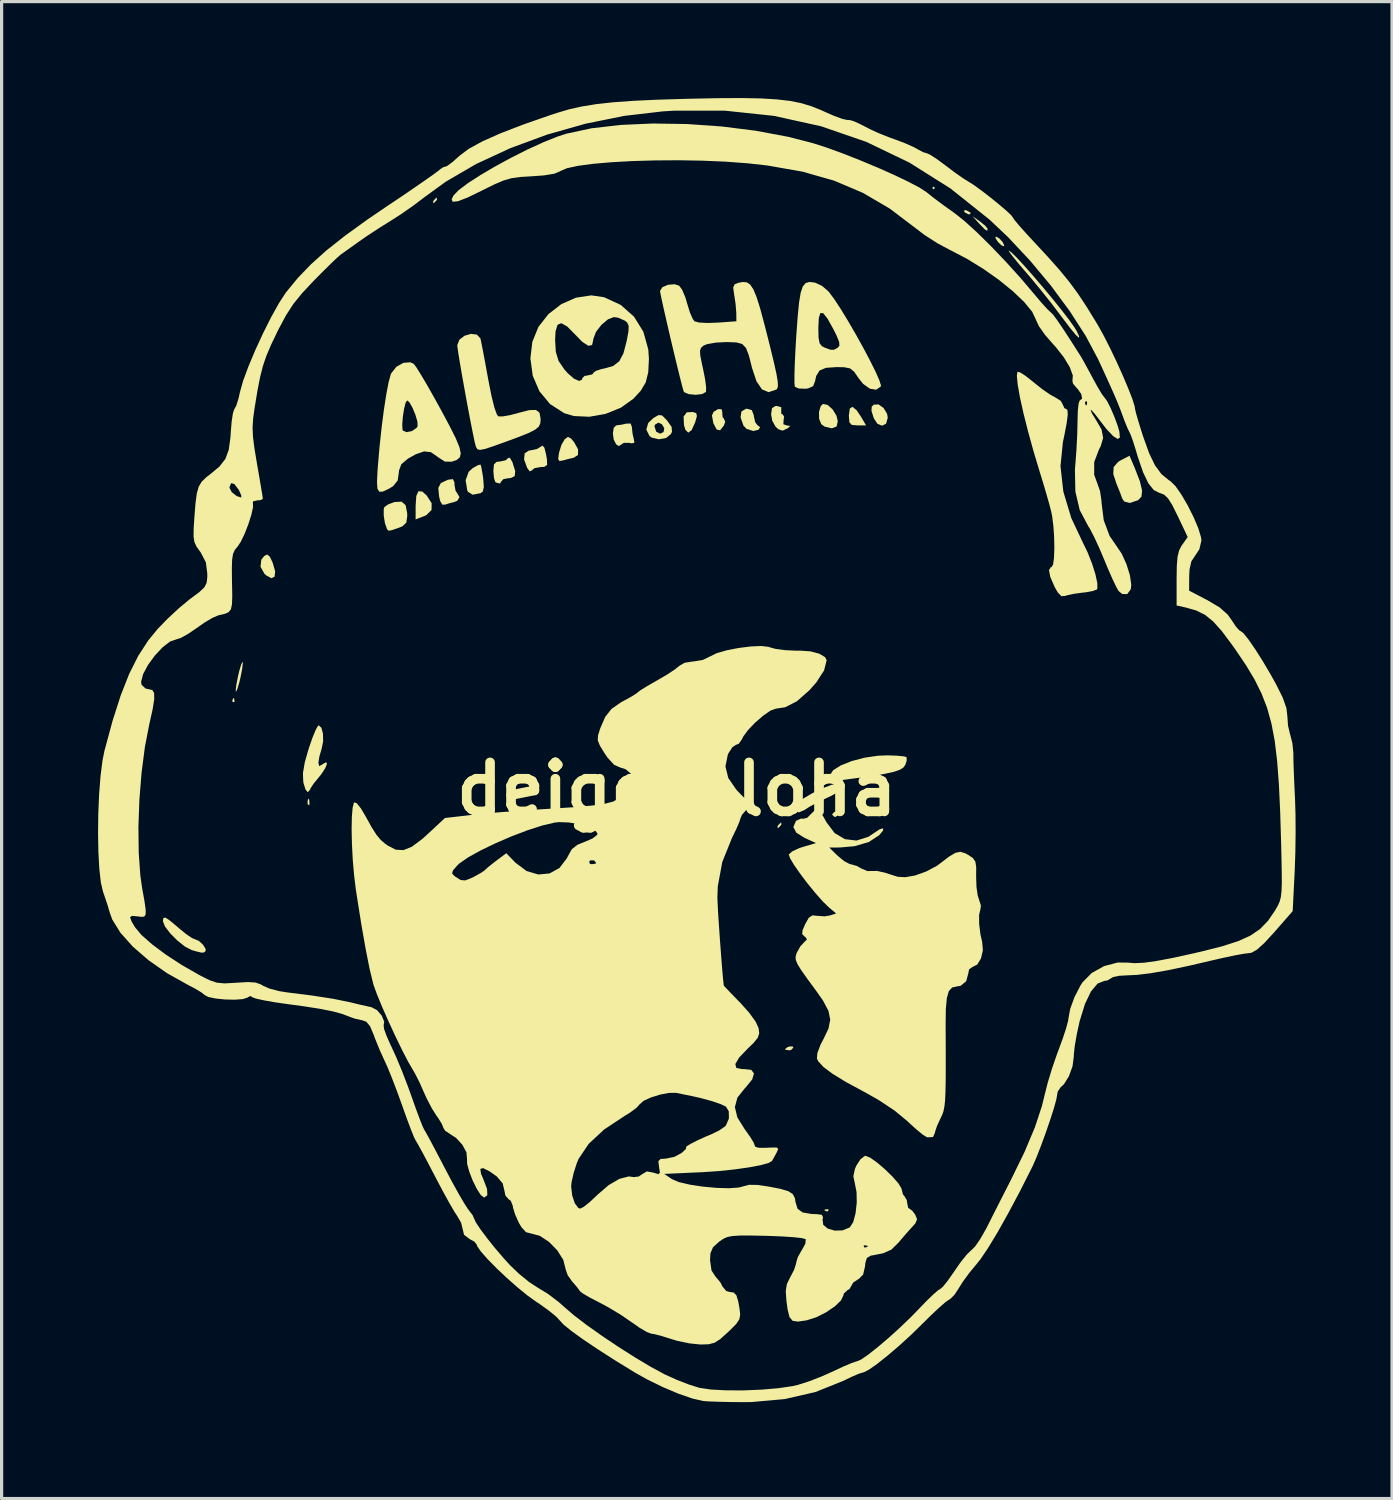
<source format=kicad_pcb>
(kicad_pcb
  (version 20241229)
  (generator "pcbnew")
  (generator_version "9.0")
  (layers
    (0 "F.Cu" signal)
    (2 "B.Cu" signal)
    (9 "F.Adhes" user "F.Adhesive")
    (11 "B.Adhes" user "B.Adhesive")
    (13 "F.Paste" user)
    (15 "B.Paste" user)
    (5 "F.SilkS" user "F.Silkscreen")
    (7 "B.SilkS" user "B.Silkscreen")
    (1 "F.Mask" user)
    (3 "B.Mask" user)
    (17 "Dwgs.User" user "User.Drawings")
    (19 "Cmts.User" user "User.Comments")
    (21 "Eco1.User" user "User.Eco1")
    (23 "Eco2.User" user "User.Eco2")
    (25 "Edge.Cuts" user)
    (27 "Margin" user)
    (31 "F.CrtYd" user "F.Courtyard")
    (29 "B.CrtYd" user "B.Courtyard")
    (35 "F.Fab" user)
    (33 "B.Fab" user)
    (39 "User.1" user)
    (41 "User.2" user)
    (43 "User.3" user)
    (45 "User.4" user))
  (footprint "deigo aloha"
    (layer "F.Cu")
    (at 18 21.501)
    (property "Reference" "deigo aloha" (at 0 0 0) (layer "F.SilkS") (effects (font (size 1.524 1.524) (thickness 0.3))))
    (attr board_only exclude_from_pos_files exclude_from_bom)
    (fp_poly (pts (xy 8.035 -18.704) (xy 7.991 -18.661) (xy 7.948 -18.704) (xy 7.991 -18.748)) (stroke (width 0) (type solid)) (fill yes) (layer "F.SilkS"))
    (fp_poly (pts (xy -13.766 -2.822) (xy -13.755 -2.72) (xy -13.766 -2.707) (xy -13.817 -2.719) (xy -13.823 -2.765) (xy -13.792 -2.836)) (stroke (width 0) (type solid)) (fill yes) (layer "F.SilkS"))
    (fp_poly (pts (xy -11.431 0.329) (xy -11.421 0.464) (xy -11.438 0.495) (xy -11.478 0.469) (xy -11.484 0.382) (xy -11.463 0.289)) (stroke (width 0) (type solid)) (fill yes) (layer "F.SilkS"))
    (fp_poly (pts (xy 4.723 13.074) (xy 4.711 13.126) (xy 4.665 13.132) (xy 4.594 13.1) (xy 4.608 13.074) (xy 4.71 13.064)) (stroke (width 0) (type solid)) (fill yes) (layer "F.SilkS"))
    (fp_poly (pts (xy 9.024 -18.003) (xy 9.145 -17.933) (xy 9.125 -17.888) (xy 9.077 -17.884) (xy 8.959 -17.946) (xy 8.942 -17.969) (xy 8.956 -18.018)) (stroke (width 0) (type solid)) (fill yes) (layer "F.SilkS"))
    (fp_poly (pts (xy -7.457 -18.346) (xy -7.473 -18.316) (xy -7.555 -18.233) (xy -7.57 -18.229) (xy -7.576 -18.285) (xy -7.56 -18.316) (xy -7.478 -18.398) (xy -7.463 -18.402)) (stroke (width 0) (type solid)) (fill yes) (layer "F.SilkS"))
    (fp_poly (pts (xy 3.256 1.093) (xy 3.24 1.123) (xy 3.158 1.206) (xy 3.143 1.21) (xy 3.137 1.154) (xy 3.153 1.123) (xy 3.235 1.041) (xy 3.25 1.037)) (stroke (width 0) (type solid)) (fill yes) (layer "F.SilkS"))
    (fp_poly (pts (xy 3.629 8.037) (xy 3.559 8.112) (xy 3.499 8.121) (xy 3.384 8.103) (xy 3.369 8.087) (xy 3.437 8.031) (xy 3.499 8.003) (xy 3.61 8.002)) (stroke (width 0) (type solid)) (fill yes) (layer "F.SilkS"))
    (fp_poly (pts (xy 5.062 0.733) (xy 5.054 0.778) (xy 4.944 0.861) (xy 4.919 0.864) (xy 4.84 0.798) (xy 4.838 0.778) (xy 4.908 0.702) (xy 4.973 0.691)) (stroke (width 0) (type solid)) (fill yes) (layer "F.SilkS"))
    (fp_poly (pts (xy 10.031 -17.139) (xy 10.138 -17.023) (xy 10.189 -16.915) (xy 10.181 -16.891) (xy 10.104 -16.918) (xy 9.996 -17.022) (xy 9.914 -17.146) (xy 9.926 -17.193)) (stroke (width 0) (type solid)) (fill yes) (layer "F.SilkS"))
    (fp_poly (pts (xy 9.436 -17.661) (xy 9.597 -17.53) (xy 9.673 -17.435) (xy 9.673 -17.43) (xy 9.657 -17.372) (xy 9.584 -17.416) (xy 9.428 -17.577) (xy 9.41 -17.596) (xy 9.201 -17.827)) (stroke (width 0) (type solid)) (fill yes) (layer "F.SilkS"))
    (fp_poly (pts (xy -7.914 -9.26) (xy -7.781 -9.143) (xy -7.623 -8.898) (xy -7.626 -8.686) (xy -7.788 -8.526) (xy -7.862 -8.493) (xy -8.121 -8.395) (xy -8.121 -8.815) (xy -8.1 -9.124) (xy -8.033 -9.271)) (stroke (width 0) (type solid)) (fill yes) (layer "F.SilkS"))
    (fp_poly (pts (xy 0.608 -11.699) (xy 0.629 -11.608) (xy 0.574 -11.411) (xy 0.465 -11.171) (xy 0.36 -11.093) (xy 0.271 -11.18) (xy 0.226 -11.331) (xy 0.215 -11.593) (xy 0.313 -11.724) (xy 0.499 -11.735)) (stroke (width 0) (type solid)) (fill yes) (layer "F.SilkS"))
    (fp_poly (pts (xy 5.598 -11.789) (xy 5.731 -11.592) (xy 5.891 -11.318) (xy 5.624 -11.318) (xy 5.446 -11.333) (xy 5.372 -11.414) (xy 5.356 -11.613) (xy 5.356 -11.627) (xy 5.385 -11.843) (xy 5.468 -11.896)) (stroke (width 0) (type solid)) (fill yes) (layer "F.SilkS"))
    (fp_poly (pts (xy -12.656 -7.233) (xy -12.568 -7.048) (xy -12.49 -6.778) (xy -12.509 -6.611) (xy -12.61 -6.564) (xy -12.778 -6.659) (xy -12.823 -6.702) (xy -12.946 -6.918) (xy -12.922 -7.14) (xy -12.83 -7.257) (xy -12.736 -7.302)) (stroke (width 0) (type solid)) (fill yes) (layer "F.SilkS"))
    (fp_poly (pts (xy 6.435 -11.86) (xy 6.544 -11.681) (xy 6.566 -11.556) (xy 6.513 -11.371) (xy 6.388 -11.308) (xy 6.241 -11.371) (xy 6.132 -11.539) (xy 6.059 -11.771) (xy 6.067 -11.901) (xy 6.13 -11.963) (xy 6.28 -11.97)) (stroke (width 0) (type solid)) (fill yes) (layer "F.SilkS"))
    (fp_poly (pts (xy -13.496 -3.931) (xy -13.516 -3.748) (xy -13.569 -3.478) (xy -13.605 -3.326) (xy -13.666 -3.119) (xy -13.707 -3.035) (xy -13.718 -3.067) (xy -13.698 -3.25) (xy -13.645 -3.52) (xy -13.609 -3.672) (xy -13.548 -3.879) (xy -13.507 -3.963)) (stroke (width 0) (type solid)) (fill yes) (layer "F.SilkS"))
    (fp_poly (pts (xy 4.697 -11.954) (xy 4.852 -11.813) (xy 4.972 -11.617) (xy 5.011 -11.447) (xy 4.974 -11.282) (xy 4.835 -11.232) (xy 4.805 -11.231) (xy 4.601 -11.281) (xy 4.497 -11.356) (xy 4.43 -11.525) (xy 4.427 -11.739) (xy 4.481 -11.92) (xy 4.552 -11.986)) (stroke (width 0) (type solid)) (fill yes) (layer "F.SilkS"))
    (fp_poly (pts (xy 1.398 -11.819) (xy 1.421 -11.727) (xy 1.417 -11.715) (xy 1.427 -11.575) (xy 1.463 -11.537) (xy 1.511 -11.431) (xy 1.466 -11.312) (xy 1.35 -11.166) (xy 1.244 -11.189) (xy 1.143 -11.383) (xy 1.139 -11.395) (xy 1.097 -11.624) (xy 1.148 -11.74) (xy 1.287 -11.825)) (stroke (width 0) (type solid)) (fill yes) (layer "F.SilkS"))
    (fp_poly (pts (xy -6.1 -10.098) (xy -6.073 -10) (xy -6.037 -9.79) (xy -6.019 -9.663) (xy -5.999 -9.401) (xy -6.03 -9.263) (xy -6.101 -9.209) (xy -6.347 -9.162) (xy -6.493 -9.252) (xy -6.514 -9.294) (xy -6.566 -9.613) (xy -6.472 -9.873) (xy -6.347 -9.988) (xy -6.186 -10.079) (xy -6.101 -10.099)) (stroke (width 0) (type solid)) (fill yes) (layer "F.SilkS"))
    (fp_poly (pts (xy -3.291 -10.914) (xy -3.193 -10.799) (xy -3.066 -10.571) (xy -3.07 -10.399) (xy -3.197 -10.315) (xy -3.384 -10.27) (xy -3.52 -10.232) (xy -3.648 -10.209) (xy -3.687 -10.272) (xy -3.661 -10.462) (xy -3.661 -10.465) (xy -3.588 -10.706) (xy -3.487 -10.883) (xy -3.484 -10.886) (xy -3.385 -10.959)) (stroke (width 0) (type solid)) (fill yes) (layer "F.SilkS"))
    (fp_poly (pts (xy 2.336 -11.794) (xy 2.397 -11.638) (xy 2.401 -11.598) (xy 2.443 -11.415) (xy 2.506 -11.332) (xy 2.595 -11.26) (xy 2.546 -11.183) (xy 2.389 -11.145) (xy 2.379 -11.145) (xy 2.172 -11.211) (xy 2.077 -11.312) (xy 1.987 -11.568) (xy 2.015 -11.752) (xy 2.154 -11.834) (xy 2.184 -11.836)) (stroke (width 0) (type solid)) (fill yes) (layer "F.SilkS"))
    (fp_poly (pts (xy -8.433 -8.838) (xy -8.384 -8.59) (xy -8.382 -8.497) (xy -8.41 -8.294) (xy -8.531 -8.179) (xy -8.652 -8.13) (xy -8.857 -8.06) (xy -8.953 -8.041) (xy -8.995 -8.069) (xy -9.013 -8.099) (xy -9.076 -8.278) (xy -9.113 -8.509) (xy -9.114 -8.709) (xy -9.093 -8.777) (xy -8.968 -8.865) (xy -8.777 -8.934) (xy -8.559 -8.946)) (stroke (width 0) (type solid)) (fill yes) (layer "F.SilkS"))
    (fp_poly (pts (xy -6.914 -9.548) (xy -6.912 -9.471) (xy -6.879 -9.285) (xy -6.821 -9.198) (xy -6.757 -9.088) (xy -6.821 -8.975) (xy -6.916 -8.936) (xy -7.107 -8.886) (xy -7.187 -8.857) (xy -7.292 -8.852) (xy -7.358 -8.966) (xy -7.392 -9.114) (xy -7.415 -9.371) (xy -7.339 -9.522) (xy -7.137 -9.619) (xy -7.106 -9.629) (xy -6.962 -9.647)) (stroke (width 0) (type solid)) (fill yes) (layer "F.SilkS"))
    (fp_poly (pts (xy -4.117 -10.628) (xy -4.067 -10.434) (xy -4.036 -10.259) (xy -4.03 -10.088) (xy -4.12 -10.028) (xy -4.238 -10.022) (xy -4.425 -9.987) (xy -4.514 -9.914) (xy -4.572 -9.888) (xy -4.651 -9.995) (xy -4.748 -10.261) (xy -4.728 -10.451) (xy -4.593 -10.538) (xy -4.553 -10.54) (xy -4.351 -10.582) (xy -4.253 -10.641) (xy -4.175 -10.689)) (stroke (width 0) (type solid)) (fill yes) (layer "F.SilkS"))
    (fp_poly (pts (xy 14.246 -10) (xy 14.407 -9.585) (xy 14.477 -9.294) (xy 14.459 -9.103) (xy 14.354 -8.992) (xy 14.353 -8.991) (xy 14.097 -8.905) (xy 13.92 -8.951) (xy 13.857 -9.05) (xy 13.791 -9.232) (xy 13.694 -9.469) (xy 13.687 -9.485) (xy 13.581 -9.802) (xy 13.593 -10.023) (xy 13.731 -10.183) (xy 13.825 -10.239) (xy 14.086 -10.374)) (stroke (width 0) (type solid)) (fill yes) (layer "F.SilkS"))
    (fp_poly (pts (xy -1.394 -11.271) (xy -1.394 -11.262) (xy -1.371 -11.046) (xy -1.338 -10.913) (xy -1.316 -10.777) (xy -1.405 -10.76) (xy -1.469 -10.774) (xy -1.642 -10.776) (xy -1.72 -10.726) (xy -1.805 -10.675) (xy -1.884 -10.731) (xy -1.96 -10.879) (xy -1.985 -11.072) (xy -1.958 -11.242) (xy -1.882 -11.319) (xy -1.879 -11.319) (xy -1.712 -11.341) (xy -1.581 -11.371) (xy -1.435 -11.378)) (stroke (width 0) (type solid)) (fill yes) (layer "F.SilkS"))
    (fp_poly (pts (xy 3.252 -11.884) (xy 3.252 -11.793) (xy 3.253 -11.682) (xy 3.292 -11.663) (xy 3.342 -11.596) (xy 3.326 -11.49) (xy 3.319 -11.353) (xy 3.428 -11.316) (xy 3.532 -11.302) (xy 3.473 -11.243) (xy 3.456 -11.231) (xy 3.292 -11.154) (xy 3.161 -11.2) (xy 3.073 -11.281) (xy 2.972 -11.465) (xy 2.937 -11.669) (xy 2.965 -11.855) (xy 3.069 -11.92) (xy 3.119 -11.922)) (stroke (width 0) (type solid)) (fill yes) (layer "F.SilkS"))
    (fp_poly (pts (xy 5.182 -0.145) (xy 5.206 -0.067) (xy 5.08 0.052) (xy 4.808 0.206) (xy 4.694 0.259) (xy 4.389 0.406) (xy 4.133 0.543) (xy 3.981 0.642) (xy 3.976 0.646) (xy 3.803 0.72) (xy 3.716 0.692) (xy 3.644 0.616) (xy 3.692 0.509) (xy 3.753 0.437) (xy 3.939 0.289) (xy 4.218 0.124) (xy 4.53 -0.027) (xy 4.816 -0.136) (xy 5 -0.173)) (stroke (width 0) (type solid)) (fill yes) (layer "F.SilkS"))
    (fp_poly (pts (xy -5.115 -10.185) (xy -5.108 -10.167) (xy -5.022 -9.894) (xy -5.04 -9.739) (xy -5.166 -9.679) (xy -5.227 -9.676) (xy -5.389 -9.647) (xy -5.443 -9.59) (xy -5.5 -9.509) (xy -5.618 -9.539) (xy -5.644 -9.561) (xy -5.684 -9.68) (xy -5.702 -9.889) (xy -5.702 -9.907) (xy -5.684 -10.105) (xy -5.603 -10.184) (xy -5.493 -10.195) (xy -5.317 -10.234) (xy -5.244 -10.303) (xy -5.191 -10.311)) (stroke (width 0) (type solid)) (fill yes) (layer "F.SilkS"))
    (fp_poly (pts (xy -15.775 4.077) (xy -15.548 4.267) (xy -15.487 4.32) (xy -15.262 4.504) (xy -15.078 4.629) (xy -14.991 4.665) (xy -14.862 4.719) (xy -14.732 4.84) (xy -14.652 4.97) (xy -14.658 5.039) (xy -14.71 5.079) (xy -14.787 5.082) (xy -14.945 5.044) (xy -15.087 5.003) (xy -15.293 4.897) (xy -15.529 4.71) (xy -15.752 4.487) (xy -15.918 4.27) (xy -15.983 4.104) (xy -15.983 4.103) (xy -15.968 4.006) (xy -15.907 3.993)) (stroke (width 0) (type solid)) (fill yes) (layer "F.SilkS"))
    (fp_poly (pts (xy 6.845 -1.044) (xy 7.062 -1.023) (xy 7.15 -1) (xy 7.156 -0.894) (xy 7.112 -0.759) (xy 7.054 -0.677) (xy 6.947 -0.608) (xy 6.768 -0.545) (xy 6.495 -0.484) (xy 6.107 -0.418) (xy 5.581 -0.344) (xy 5.198 -0.293) (xy 4.933 -0.263) (xy 4.799 -0.27) (xy 4.757 -0.328) (xy 4.766 -0.437) (xy 4.867 -0.591) (xy 5.105 -0.741) (xy 5.44 -0.875) (xy 5.837 -0.98) (xy 6.257 -1.042) (xy 6.554 -1.054)) (stroke (width 0) (type solid)) (fill yes) (layer "F.SilkS"))
    (fp_poly (pts (xy 10.416 -16.697) (xy 10.592 -16.523) (xy 10.831 -16.263) (xy 11.111 -15.945) (xy 11.411 -15.593) (xy 11.71 -15.233) (xy 11.985 -14.89) (xy 12.216 -14.59) (xy 12.379 -14.359) (xy 12.433 -14.269) (xy 12.519 -14.089) (xy 12.511 -14.045) (xy 12.416 -14.132) (xy 12.241 -14.344) (xy 11.99 -14.675) (xy 11.963 -14.711) (xy 11.658 -15.113) (xy 11.3 -15.562) (xy 10.954 -15.979) (xy 10.859 -16.088) (xy 10.622 -16.365) (xy 10.442 -16.587) (xy 10.339 -16.726) (xy 10.326 -16.761)) (stroke (width 0) (type solid)) (fill yes) (layer "F.SilkS"))
    (fp_poly (pts (xy -0.459 -11.63) (xy -0.331 -11.506) (xy -0.291 -11.459) (xy -0.158 -11.271) (xy -0.146 -11.125) (xy -0.176 -11.053) (xy -0.328 -10.927) (xy -0.555 -10.886) (xy -0.774 -10.937) (xy -0.847 -10.989) (xy -0.945 -11.187) (xy -0.916 -11.289) (xy -0.691 -11.289) (xy -0.638 -11.123) (xy -0.517 -11.061) (xy -0.409 -11.11) (xy -0.386 -11.23) (xy -0.462 -11.356) (xy -0.571 -11.404) (xy -0.679 -11.338) (xy -0.691 -11.289) (xy -0.916 -11.289) (xy -0.885 -11.395) (xy -0.723 -11.549) (xy -0.566 -11.639)) (stroke (width 0) (type solid)) (fill yes) (layer "F.SilkS"))
    (fp_poly (pts (xy -11.051 -1.912) (xy -11.003 -1.725) (xy -10.998 -1.486) (xy -11.046 -1.255) (xy -11.115 -1.017) (xy -11.145 -0.827) (xy -11.145 -0.826) (xy -11.123 -0.721) (xy -11.032 -0.764) (xy -11.015 -0.778) (xy -10.904 -0.841) (xy -10.879 -0.791) (xy -10.93 -0.66) (xy -11.048 -0.477) (xy -11.146 -0.355) (xy -11.302 -0.164) (xy -11.394 -0.021) (xy -11.404 0.012) (xy -11.469 0.085) (xy -11.483 0.086) (xy -11.546 0.01) (xy -11.605 -0.178) (xy -11.617 -0.24) (xy -11.626 -0.504) (xy -11.568 -0.843) (xy -11.443 -1.277) (xy -11.332 -1.597) (xy -11.231 -1.842) (xy -11.157 -1.974) (xy -11.138 -1.987)) (stroke (width 0) (type solid)) (fill yes) (layer "F.SilkS"))
    (fp_poly (pts (xy -6.217 -14.143) (xy -6.107 -14.026) (xy -6.104 -14.018) (xy -6.074 -13.878) (xy -6.021 -13.607) (xy -5.952 -13.24) (xy -5.875 -12.815) (xy -5.864 -12.755) (xy -5.764 -12.248) (xy -5.673 -11.878) (xy -5.594 -11.657) (xy -5.547 -11.598) (xy -5.406 -11.598) (xy -5.161 -11.643) (xy -4.927 -11.706) (xy -4.588 -11.793) (xy -4.377 -11.798) (xy -4.268 -11.714) (xy -4.234 -11.532) (xy -4.233 -11.5) (xy -4.244 -11.377) (xy -4.293 -11.277) (xy -4.405 -11.184) (xy -4.606 -11.082) (xy -4.921 -10.956) (xy -5.341 -10.801) (xy -5.721 -10.665) (xy -5.969 -10.584) (xy -6.118 -10.556) (xy -6.197 -10.575) (xy -6.239 -10.64) (xy -6.256 -10.691) (xy -6.295 -10.851) (xy -6.354 -11.139) (xy -6.429 -11.52) (xy -6.512 -11.96) (xy -6.596 -12.421) (xy -6.676 -12.869) (xy -6.745 -13.269) (xy -6.796 -13.583) (xy -6.823 -13.778) (xy -6.825 -13.814) (xy -6.759 -13.985) (xy -6.599 -14.107) (xy -6.399 -14.165)) (stroke (width 0) (type solid)) (fill yes) (layer "F.SilkS"))
    (fp_poly (pts (xy 10.68 -12.968) (xy 10.853 -12.858) (xy 11.081 -12.678) (xy 11.1 -12.662) (xy 11.367 -12.449) (xy 11.616 -12.276) (xy 11.783 -12.185) (xy 11.949 -12.08) (xy 12.009 -11.968) (xy 12.061 -11.852) (xy 12.107 -11.836) (xy 12.156 -11.793) (xy 12.165 -11.651) (xy 12.132 -11.39) (xy 12.055 -10.989) (xy 12.014 -10.799) (xy 11.939 -10.051) (xy 12.027 -9.26) (xy 12.275 -8.436) (xy 12.627 -7.689) (xy 12.784 -7.365) (xy 12.921 -7.018) (xy 13.025 -6.688) (xy 13.084 -6.416) (xy 13.086 -6.244) (xy 13.07 -6.214) (xy 12.949 -6.168) (xy 12.723 -6.126) (xy 12.614 -6.114) (xy 12.342 -6.077) (xy 12.127 -6.029) (xy 12.079 -6.012) (xy 11.966 -6.007) (xy 11.854 -6.121) (xy 11.755 -6.296) (xy 11.62 -6.608) (xy 11.581 -6.818) (xy 11.641 -6.909) (xy 11.663 -6.912) (xy 11.709 -6.991) (xy 11.737 -7.2) (xy 11.748 -7.497) (xy 11.741 -7.84) (xy 11.718 -8.188) (xy 11.679 -8.499) (xy 11.654 -8.623) (xy 11.585 -8.888) (xy 11.48 -9.255) (xy 11.358 -9.663) (xy 11.3 -9.849) (xy 11.104 -10.5) (xy 10.932 -11.122) (xy 10.788 -11.692) (xy 10.678 -12.187) (xy 10.608 -12.584) (xy 10.582 -12.86) (xy 10.6 -12.985)) (stroke (width 0) (type solid)) (fill yes) (layer "F.SilkS"))
    (fp_poly (pts (xy -8.179 -13.231) (xy -8.098 -13.123) (xy -7.952 -12.89) (xy -7.757 -12.56) (xy -7.53 -12.159) (xy -7.342 -11.818) (xy -7.066 -11.303) (xy -6.873 -10.918) (xy -6.758 -10.64) (xy -6.717 -10.449) (xy -6.745 -10.324) (xy -6.839 -10.245) (xy -6.994 -10.191) (xy -7.006 -10.188) (xy -7.214 -10.193) (xy -7.433 -10.336) (xy -7.446 -10.348) (xy -7.646 -10.485) (xy -7.857 -10.51) (xy -8.119 -10.419) (xy -8.359 -10.284) (xy -8.567 -10.109) (xy -8.64 -9.907) (xy -8.641 -9.872) (xy -8.679 -9.605) (xy -8.819 -9.429) (xy -8.958 -9.344) (xy -9.136 -9.261) (xy -9.249 -9.253) (xy -9.308 -9.344) (xy -9.323 -9.554) (xy -9.306 -9.908) (xy -9.296 -10.043) (xy -9.244 -10.649) (xy -9.18 -11.243) (xy -9.166 -11.355) (xy -8.537 -11.355) (xy -8.529 -11.189) (xy -8.517 -11.157) (xy -8.402 -11.108) (xy -8.233 -11.143) (xy -8.091 -11.24) (xy -8.06 -11.291) (xy -8.064 -11.43) (xy -8.125 -11.641) (xy -8.216 -11.863) (xy -8.314 -12.035) (xy -8.385 -12.095) (xy -8.434 -12.019) (xy -8.481 -11.83) (xy -8.518 -11.589) (xy -8.537 -11.355) (xy -9.166 -11.355) (xy -9.109 -11.796) (xy -9.035 -12.277) (xy -8.963 -12.655) (xy -8.897 -12.899) (xy -8.881 -12.937) (xy -8.719 -13.142) (xy -8.5 -13.265) (xy -8.283 -13.281)) (stroke (width 0) (type solid)) (fill yes) (layer "F.SilkS"))
    (fp_poly (pts (xy 4.282 -15.763) (xy 4.312 -15.756) (xy 4.525 -15.655) (xy 4.726 -15.481) (xy 4.729 -15.477) (xy 4.894 -15.257) (xy 5.1 -14.944) (xy 5.33 -14.567) (xy 5.569 -14.155) (xy 5.802 -13.736) (xy 6.012 -13.339) (xy 6.185 -12.991) (xy 6.304 -12.722) (xy 6.355 -12.559) (xy 6.351 -12.53) (xy 6.206 -12.428) (xy 6.009 -12.46) (xy 5.799 -12.61) (xy 5.659 -12.786) (xy 5.521 -12.987) (xy 5.395 -13.09) (xy 5.214 -13.127) (xy 4.977 -13.132) (xy 4.645 -13.109) (xy 4.445 -13.025) (xy 4.34 -12.857) (xy 4.306 -12.7) (xy 4.245 -12.539) (xy 4.087 -12.468) (xy 4.004 -12.458) (xy 3.798 -12.465) (xy 3.677 -12.518) (xy 3.676 -12.521) (xy 3.663 -12.633) (xy 3.663 -12.887) (xy 3.674 -13.253) (xy 3.696 -13.702) (xy 3.72 -14.102) (xy 3.738 -14.346) (xy 4.406 -14.346) (xy 4.413 -14.047) (xy 4.445 -13.875) (xy 4.517 -13.782) (xy 4.601 -13.739) (xy 4.783 -13.672) (xy 4.89 -13.67) (xy 5.003 -13.73) (xy 5.006 -13.732) (xy 5.063 -13.799) (xy 5.053 -13.917) (xy 4.969 -14.122) (xy 4.876 -14.307) (xy 4.692 -14.639) (xy 4.558 -14.808) (xy 4.47 -14.814) (xy 4.421 -14.659) (xy 4.406 -14.346) (xy 3.738 -14.346) (xy 3.763 -14.695) (xy 3.806 -15.136) (xy 3.857 -15.445) (xy 3.923 -15.641) (xy 4.011 -15.746) (xy 4.128 -15.78)) (stroke (width 0) (type solid)) (fill yes) (layer "F.SilkS"))
    (fp_poly (pts (xy -2.26 -15.306) (xy -1.741 -15.066) (xy -1.328 -14.701) (xy -1.037 -14.232) (xy -0.884 -13.683) (xy -0.864 -13.387) (xy -0.885 -12.968) (xy -0.963 -12.656) (xy -1.122 -12.391) (xy -1.347 -12.147) (xy -1.738 -11.868) (xy -2.212 -11.677) (xy -2.717 -11.587) (xy -3.2 -11.609) (xy -3.499 -11.698) (xy -3.939 -11.981) (xy -4.269 -12.378) (xy -4.478 -12.862) (xy -4.551 -13.403) (xy -4.49 -13.92) (xy -4.465 -13.981) (xy -3.782 -13.981) (xy -3.76 -13.604) (xy -3.673 -13.321) (xy -3.492 -13.057) (xy -3.386 -12.938) (xy -3.194 -12.771) (xy -3.035 -12.701) (xy -2.946 -12.74) (xy -2.937 -12.786) (xy -2.865 -12.857) (xy -2.765 -12.873) (xy -2.624 -12.906) (xy -2.592 -12.952) (xy -2.516 -13.014) (xy -2.326 -13.074) (xy -2.254 -13.087) (xy -1.977 -13.166) (xy -1.787 -13.312) (xy -1.656 -13.561) (xy -1.555 -13.947) (xy -1.501 -14.237) (xy -1.493 -14.408) (xy -1.533 -14.509) (xy -1.605 -14.573) (xy -1.822 -14.668) (xy -1.953 -14.687) (xy -2.139 -14.617) (xy -2.342 -14.445) (xy -2.51 -14.227) (xy -2.59 -14.019) (xy -2.592 -13.994) (xy -2.632 -13.818) (xy -2.749 -13.794) (xy -2.941 -13.921) (xy -3.145 -14.131) (xy -3.403 -14.392) (xy -3.588 -14.498) (xy -3.707 -14.447) (xy -3.769 -14.239) (xy -3.782 -13.981) (xy -4.465 -13.981) (xy -4.3 -14.384) (xy -3.989 -14.781) (xy -3.589 -15.09) (xy -3.134 -15.291) (xy -2.658 -15.363)) (stroke (width 0) (type solid)) (fill yes) (layer "F.SilkS"))
    (fp_poly (pts (xy 2.182 -15.768) (xy 2.287 -15.697) (xy 2.386 -15.549) (xy 2.486 -15.307) (xy 2.598 -14.951) (xy 2.729 -14.464) (xy 2.891 -13.827) (xy 2.899 -13.792) (xy 3.022 -13.288) (xy 3.102 -12.926) (xy 3.143 -12.682) (xy 3.149 -12.532) (xy 3.122 -12.452) (xy 3.1 -12.433) (xy 2.86 -12.352) (xy 2.654 -12.437) (xy 2.482 -12.69) (xy 2.342 -13.111) (xy 2.337 -13.132) (xy 2.245 -13.496) (xy 2.157 -13.724) (xy 2.04 -13.848) (xy 1.86 -13.899) (xy 1.585 -13.909) (xy 1.525 -13.91) (xy 1.205 -13.892) (xy 0.947 -13.846) (xy 0.832 -13.799) (xy 0.757 -13.73) (xy 0.725 -13.639) (xy 0.735 -13.483) (xy 0.788 -13.218) (xy 0.822 -13.067) (xy 0.884 -12.753) (xy 0.916 -12.502) (xy 0.912 -12.363) (xy 0.908 -12.357) (xy 0.788 -12.292) (xy 0.585 -12.27) (xy 0.376 -12.29) (xy 0.236 -12.349) (xy 0.217 -12.376) (xy 0.172 -12.534) (xy 0.1 -12.817) (xy 0.008 -13.19) (xy -0.095 -13.619) (xy -0.203 -14.072) (xy -0.305 -14.514) (xy -0.396 -14.912) (xy -0.467 -15.232) (xy -0.509 -15.441) (xy -0.518 -15.502) (xy -0.444 -15.618) (xy -0.269 -15.693) (xy -0.064 -15.708) (xy 0.075 -15.665) (xy 0.169 -15.538) (xy 0.269 -15.302) (xy 0.325 -15.112) (xy 0.409 -14.837) (xy 0.5 -14.629) (xy 0.553 -14.557) (xy 0.695 -14.518) (xy 0.957 -14.504) (xy 1.261 -14.514) (xy 1.857 -14.557) (xy 1.854 -14.817) (xy 1.833 -15.087) (xy 1.789 -15.382) (xy 1.787 -15.389) (xy 1.758 -15.601) (xy 1.799 -15.704) (xy 1.913 -15.752) (xy 2.06 -15.78)) (stroke (width 0) (type solid)) (fill yes) (layer "F.SilkS"))
    (fp_poly (pts (xy 4.417 0.669) (xy 4.553 0.834) (xy 4.662 1.031) (xy 4.913 1.363) (xy 5.234 1.554) (xy 5.594 1.596) (xy 5.96 1.481) (xy 6.117 1.377) (xy 6.315 1.245) (xy 6.422 1.216) (xy 6.419 1.285) (xy 6.297 1.432) (xy 5.976 1.642) (xy 5.532 1.772) (xy 5.073 1.812) (xy 4.746 1.814) (xy 5.011 2.073) (xy 5.209 2.236) (xy 5.384 2.328) (xy 5.424 2.335) (xy 5.609 2.388) (xy 5.741 2.465) (xy 5.933 2.546) (xy 6.067 2.543) (xy 6.239 2.542) (xy 6.491 2.599) (xy 6.606 2.638) (xy 6.875 2.723) (xy 7.107 2.737) (xy 7.399 2.686) (xy 7.423 2.68) (xy 7.758 2.561) (xy 8.084 2.387) (xy 8.184 2.316) (xy 8.472 2.096) (xy 8.672 1.977) (xy 8.826 1.946) (xy 8.976 1.992) (xy 9.073 2.045) (xy 9.215 2.141) (xy 9.291 2.251) (xy 9.317 2.427) (xy 9.315 2.718) (xy 9.325 3.035) (xy 9.364 3.307) (xy 9.406 3.436) (xy 9.464 3.621) (xy 9.448 3.734) (xy 9.407 3.909) (xy 9.409 4.19) (xy 9.449 4.514) (xy 9.503 4.751) (xy 9.525 5.008) (xy 9.467 5.261) (xy 9.35 5.454) (xy 9.199 5.529) (xy 9.096 5.603) (xy 9.071 5.728) (xy 9.006 5.972) (xy 8.834 6.114) (xy 8.719 6.134) (xy 8.569 6.167) (xy 8.466 6.28) (xy 8.403 6.498) (xy 8.372 6.843) (xy 8.366 7.277) (xy 8.369 8.02) (xy 8.37 8.611) (xy 8.368 9.071) (xy 8.361 9.419) (xy 8.349 9.677) (xy 8.329 9.864) (xy 8.302 10.003) (xy 8.266 10.112) (xy 8.22 10.213) (xy 8.202 10.248) (xy 8.097 10.477) (xy 8.039 10.65) (xy 8.035 10.683) (xy 7.973 10.819) (xy 7.804 10.829) (xy 7.776 10.821) (xy 7.653 10.743) (xy 7.45 10.577) (xy 7.207 10.356) (xy 7.171 10.321) (xy 6.781 9.999) (xy 6.278 9.665) (xy 5.838 9.417) (xy 5.268 9.109) (xy 4.848 8.852) (xy 4.563 8.639) (xy 4.402 8.461) (xy 4.362 8.378) (xy 4.376 8.207) (xy 4.477 7.941) (xy 4.574 7.755) (xy 4.724 7.44) (xy 4.776 7.167) (xy 4.721 6.894) (xy 4.553 6.577) (xy 4.342 6.276) (xy 4.063 5.896) (xy 3.873 5.627) (xy 3.758 5.441) (xy 3.705 5.31) (xy 3.699 5.208) (xy 3.727 5.107) (xy 3.731 5.096) (xy 3.847 4.886) (xy 3.955 4.77) (xy 4.052 4.672) (xy 4.005 4.599) (xy 3.977 4.581) (xy 3.905 4.508) (xy 3.913 4.393) (xy 3.998 4.193) (xy 4.112 3.994) (xy 4.225 3.923) (xy 4.356 3.937) (xy 4.605 3.954) (xy 4.763 3.927) (xy 4.96 3.865) (xy 4.742 3.682) (xy 4.552 3.498) (xy 4.324 3.241) (xy 4.082 2.946) (xy 3.853 2.644) (xy 3.66 2.369) (xy 3.53 2.154) (xy 3.487 2.033) (xy 3.488 2.027) (xy 3.593 1.935) (xy 3.805 1.835) (xy 3.934 1.792) (xy 4.335 1.675) (xy 3.982 1.515) (xy 3.723 1.353) (xy 3.629 1.177) (xy 3.705 0.996) (xy 3.725 0.974) (xy 3.872 0.911) (xy 3.933 0.92) (xy 4.058 0.889) (xy 4.174 0.774) (xy 4.297 0.652)) (stroke (width 0) (type solid)) (fill yes) (layer "F.SilkS"))
    (fp_poly (pts (xy 0.316 -20.693) (xy 1.392 -20.618) (xy 2.454 -20.485) (xy 3.465 -20.296) (xy 4.233 -20.099) (xy 4.668 -19.959) (xy 5.17 -19.776) (xy 5.706 -19.565) (xy 6.244 -19.341) (xy 6.751 -19.115) (xy 7.194 -18.904) (xy 7.543 -18.721) (xy 7.763 -18.579) (xy 7.776 -18.569) (xy 8.002 -18.389) (xy 8.306 -18.162) (xy 8.624 -17.936) (xy 8.628 -17.933) (xy 8.94 -17.687) (xy 9.331 -17.332) (xy 9.774 -16.896) (xy 10.243 -16.405) (xy 10.71 -15.888) (xy 11.144 -15.376) (xy 11.351 -15.131) (xy 11.526 -14.939) (xy 11.631 -14.839) (xy 11.633 -14.838) (xy 11.705 -14.767) (xy 11.825 -14.607) (xy 12.004 -14.345) (xy 12.253 -13.964) (xy 12.569 -13.468) (xy 12.652 -13.325) (xy 12.786 -13.08) (xy 12.944 -12.786) (xy 12.949 -12.777) (xy 13.102 -12.499) (xy 13.23 -12.287) (xy 13.309 -12.181) (xy 13.313 -12.179) (xy 13.392 -12.069) (xy 13.502 -11.851) (xy 13.619 -11.576) (xy 13.72 -11.301) (xy 13.771 -11.123) (xy 13.786 -10.94) (xy 13.717 -10.896) (xy 13.574 -10.987) (xy 13.367 -11.207) (xy 13.152 -11.486) (xy 13.001 -11.683) (xy 12.899 -11.794) (xy 12.873 -11.802) (xy 12.918 -11.69) (xy 13.028 -11.513) (xy 13.034 -11.504) (xy 13.216 -11.191) (xy 13.266 -10.93) (xy 13.189 -10.668) (xy 13.139 -10.575) (xy 12.988 -10.179) (xy 12.987 -9.781) (xy 13.089 -9.503) (xy 13.169 -9.276) (xy 13.213 -8.986) (xy 13.215 -8.919) (xy 13.284 -8.368) (xy 13.468 -7.877) (xy 13.675 -7.576) (xy 13.845 -7.324) (xy 13.992 -6.998) (xy 14.098 -6.658) (xy 14.141 -6.364) (xy 14.126 -6.221) (xy 14.016 -6.071) (xy 13.858 -6.073) (xy 13.746 -6.166) (xy 13.674 -6.293) (xy 13.556 -6.54) (xy 13.412 -6.868) (xy 13.309 -7.117) (xy 13.149 -7.494) (xy 12.991 -7.836) (xy 12.859 -8.093) (xy 12.8 -8.188) (xy 12.538 -8.682) (xy 12.402 -9.259) (xy 12.388 -9.938) (xy 12.4 -10.092) (xy 12.434 -10.54) (xy 12.459 -11.02) (xy 12.469 -11.435) (xy 12.469 -11.469) (xy 12.478 -11.773) (xy 12.502 -11.995) (xy 12.507 -12.009) (xy 12.7 -12.009) (xy 12.732 -11.938) (xy 12.758 -11.951) (xy 12.768 -12.054) (xy 12.758 -12.066) (xy 12.706 -12.055) (xy 12.7 -12.009) (xy 12.507 -12.009) (xy 12.536 -12.094) (xy 12.541 -12.095) (xy 12.612 -12.153) (xy 12.586 -12.288) (xy 12.478 -12.448) (xy 12.443 -12.482) (xy 12.329 -12.616) (xy 12.31 -12.698) (xy 12.323 -12.87) (xy 12.229 -13.126) (xy 12.045 -13.433) (xy 11.79 -13.757) (xy 11.705 -13.85) (xy 11.456 -14.136) (xy 11.269 -14.402) (xy 11.175 -14.6) (xy 11.174 -14.609) (xy 11.058 -14.853) (xy 10.812 -15.153) (xy 10.462 -15.488) (xy 10.032 -15.838) (xy 9.547 -16.181) (xy 9.033 -16.498) (xy 8.515 -16.769) (xy 8.491 -16.78) (xy 8.108 -16.985) (xy 7.707 -17.243) (xy 7.43 -17.454) (xy 6.628 -18.062) (xy 5.794 -18.551) (xy 4.9 -18.93) (xy 3.919 -19.21) (xy 2.822 -19.403) (xy 2.203 -19.472) (xy 1.522 -19.522) (xy 0.8 -19.553) (xy 0.062 -19.566) (xy -0.67 -19.561) (xy -1.372 -19.541) (xy -2.021 -19.505) (xy -2.593 -19.456) (xy -3.065 -19.393) (xy -3.415 -19.318) (xy -3.617 -19.232) (xy -3.63 -19.221) (xy -3.802 -19.149) (xy -4.126 -19.095) (xy -4.512 -19.067) (xy -4.864 -19.046) (xy -5.137 -19.008) (xy -5.388 -18.936) (xy -5.672 -18.815) (xy -6.048 -18.629) (xy -6.081 -18.612) (xy -6.514 -18.402) (xy -6.81 -18.29) (xy -6.97 -18.274) (xy -6.999 -18.355) (xy -6.944 -18.469) (xy -6.782 -18.637) (xy -6.492 -18.855) (xy -6.102 -19.107) (xy -5.642 -19.377) (xy -5.143 -19.648) (xy -4.634 -19.904) (xy -4.145 -20.127) (xy -3.707 -20.303) (xy -3.437 -20.391) (xy -2.651 -20.56) (xy -1.741 -20.665) (xy -0.74 -20.709)) (stroke (width 0) (type solid)) (fill yes) (layer "F.SilkS"))
    (fp_poly (pts (xy 2.854 -4.43) (xy 2.887 -4.417) (xy 3.079 -4.365) (xy 3.378 -4.326) (xy 3.719 -4.31) (xy 3.845 -4.311) (xy 4.162 -4.289) (xy 4.434 -4.216) (xy 4.616 -4.109) (xy 4.665 -4.012) (xy 4.585 -3.696) (xy 4.344 -3.324) (xy 4.128 -3.079) (xy 3.74 -2.737) (xy 3.374 -2.55) (xy 3.079 -2.505) (xy 2.914 -2.444) (xy 2.687 -2.286) (xy 2.44 -2.072) (xy 2.219 -1.841) (xy 2.066 -1.632) (xy 2.03 -1.555) (xy 1.932 -1.415) (xy 1.847 -1.382) (xy 1.735 -1.31) (xy 1.616 -1.129) (xy 1.59 -1.073) (xy 1.516 -0.71) (xy 1.605 -0.349) (xy 1.86 0.021) (xy 1.997 0.163) (xy 2.189 0.352) (xy 2.271 0.466) (xy 2.258 0.549) (xy 2.165 0.644) (xy 2.162 0.646) (xy 2.031 0.796) (xy 1.986 0.899) (xy 1.948 1.02) (xy 1.851 1.244) (xy 1.721 1.512) (xy 1.418 2.264) (xy 1.278 3.022) (xy 1.266 3.369) (xy 1.274 3.565) (xy 1.291 3.88) (xy 1.317 4.275) (xy 1.347 4.71) (xy 1.38 5.147) (xy 1.411 5.545) (xy 1.439 5.865) (xy 1.46 6.068) (xy 1.465 6.108) (xy 1.523 6.172) (xy 1.674 6.33) (xy 1.889 6.553) (xy 1.98 6.645) (xy 2.256 6.953) (xy 2.455 7.229) (xy 2.549 7.431) (xy 2.567 7.592) (xy 2.523 7.73) (xy 2.391 7.893) (xy 2.211 8.066) (xy 1.943 8.346) (xy 1.824 8.548) (xy 1.854 8.669) (xy 2.033 8.707) (xy 2.092 8.705) (xy 2.319 8.729) (xy 2.405 8.841) (xy 2.349 9.026) (xy 2.15 9.272) (xy 2.124 9.297) (xy 1.889 9.593) (xy 1.81 9.888) (xy 1.887 10.209) (xy 2.117 10.577) (xy 2.281 10.807) (xy 2.391 10.986) (xy 2.419 11.059) (xy 2.447 11.124) (xy 2.557 11.153) (xy 2.786 11.153) (xy 2.921 11.147) (xy 3.11 11.144) (xy 3.159 11.191) (xy 3.1 11.321) (xy 3.094 11.332) (xy 3.004 11.493) (xy 2.963 11.566) (xy 2.849 11.63) (xy 2.595 11.698) (xy 2.234 11.765) (xy 1.798 11.827) (xy 1.319 11.877) (xy 0.83 11.911) (xy 0.778 11.913) (xy -0.389 11.966) (xy -0.147 12.129) (xy 0.07 12.221) (xy 0.406 12.3) (xy 0.811 12.361) (xy 1.233 12.4) (xy 1.623 12.412) (xy 1.93 12.39) (xy 2.065 12.354) (xy 2.254 12.305) (xy 2.516 12.309) (xy 2.847 12.357) (xy 3.229 12.431) (xy 3.472 12.504) (xy 3.61 12.592) (xy 3.676 12.717) (xy 3.698 12.851) (xy 3.76 13.05) (xy 3.917 13.165) (xy 4.199 13.213) (xy 4.347 13.217) (xy 4.516 13.238) (xy 4.553 13.322) (xy 4.537 13.386) (xy 4.558 13.548) (xy 4.7 13.668) (xy 4.917 13.73) (xy 5.16 13.723) (xy 5.382 13.631) (xy 5.387 13.627) (xy 5.491 13.466) (xy 5.564 13.192) (xy 5.601 12.861) (xy 5.595 12.531) (xy 5.544 12.272) (xy 5.495 12.037) (xy 5.545 11.809) (xy 5.592 11.703) (xy 5.718 11.509) (xy 5.852 11.408) (xy 5.878 11.404) (xy 6.023 11.463) (xy 6.237 11.615) (xy 6.481 11.824) (xy 6.715 12.052) (xy 6.899 12.263) (xy 6.993 12.419) (xy 6.998 12.447) (xy 7.04 12.607) (xy 7.084 12.657) (xy 7.157 12.779) (xy 7.171 12.878) (xy 7.199 13.016) (xy 7.236 13.046) (xy 7.327 13.11) (xy 7.415 13.226) (xy 7.478 13.374) (xy 7.426 13.503) (xy 7.346 13.593) (xy 7.177 13.779) (xy 6.972 14.017) (xy 6.909 14.094) (xy 6.68 14.32) (xy 6.423 14.435) (xy 6.268 14.466) (xy 6.031 14.511) (xy 5.914 14.583) (xy 5.87 14.728) (xy 5.858 14.843) (xy 5.8 15.097) (xy 5.663 15.235) (xy 5.637 15.248) (xy 5.488 15.349) (xy 5.443 15.433) (xy 5.374 15.548) (xy 5.313 15.582) (xy 5.198 15.69) (xy 5.184 15.75) (xy 5.109 15.905) (xy 4.916 16.089) (xy 4.646 16.272) (xy 4.344 16.425) (xy 4.052 16.518) (xy 4.035 16.522) (xy 3.77 16.56) (xy 3.605 16.535) (xy 3.508 16.419) (xy 3.45 16.181) (xy 3.415 15.925) (xy 3.392 15.615) (xy 3.427 15.393) (xy 3.532 15.178) (xy 3.536 15.173) (xy 3.653 14.947) (xy 3.713 14.76) (xy 3.715 14.733) (xy 3.763 14.566) (xy 3.88 14.353) (xy 3.898 14.327) (xy 3.969 14.198) (xy 5.817 14.198) (xy 5.829 14.249) (xy 5.875 14.255) (xy 5.946 14.223) (xy 5.932 14.198) (xy 5.83 14.187) (xy 5.817 14.198) (xy 3.969 14.198) (xy 4.003 14.134) (xy 4.014 14.004) (xy 4.006 13.993) (xy 3.896 13.964) (xy 3.647 13.936) (xy 3.295 13.912) (xy 2.872 13.895) (xy 2.764 13.892) (xy 2.292 13.883) (xy 1.959 13.884) (xy 1.73 13.898) (xy 1.571 13.931) (xy 1.449 13.986) (xy 1.329 14.069) (xy 1.318 14.077) (xy 1.129 14.249) (xy 1.05 14.436) (xy 1.037 14.647) (xy 1.083 14.97) (xy 1.207 15.16) (xy 1.359 15.34) (xy 1.429 15.476) (xy 1.544 15.61) (xy 1.642 15.637) (xy 1.775 15.657) (xy 1.857 15.743) (xy 1.915 15.934) (xy 1.952 16.141) (xy 1.975 16.34) (xy 1.95 16.487) (xy 1.852 16.634) (xy 1.656 16.831) (xy 1.595 16.889) (xy 1.358 17.102) (xy 1.177 17.218) (xy 0.992 17.266) (xy 0.742 17.273) (xy 0.396 17.238) (xy 0.01 17.157) (xy -0.173 17.102) (xy -0.457 17.012) (xy -0.691 16.951) (xy -0.79 16.936) (xy -0.929 16.885) (xy -1.152 16.754) (xy -1.395 16.584) (xy -1.731 16.354) (xy -2.127 16.115) (xy -2.419 15.959) (xy -2.698 15.815) (xy -2.909 15.692) (xy -3.009 15.616) (xy -3.011 15.612) (xy -3.086 15.505) (xy -3.229 15.339) (xy -3.249 15.317) (xy -3.39 15.118) (xy -3.455 14.934) (xy -3.456 14.922) (xy -3.528 14.641) (xy -3.714 14.345) (xy -3.972 14.081) (xy -4.258 13.892) (xy -4.519 13.823) (xy -4.687 13.779) (xy -4.831 13.622) (xy -4.916 13.475) (xy -5.027 13.226) (xy -5.091 13.018) (xy -5.097 12.966) (xy -5.158 12.806) (xy -5.227 12.755) (xy -5.328 12.639) (xy -5.356 12.503) (xy -5.391 12.352) (xy -3.283 12.352) (xy -3.251 12.638) (xy -3.17 12.879) (xy -3.061 13.025) (xy -3.001 13.046) (xy -2.888 12.988) (xy -2.697 12.835) (xy -2.47 12.621) (xy -2.461 12.612) (xy -2.115 12.314) (xy -1.78 12.119) (xy -1.487 12.044) (xy -1.335 12.066) (xy -1.183 12.048) (xy -1.079 11.977) (xy -0.928 11.889) (xy -0.727 11.925) (xy -0.72 11.928) (xy -0.567 11.975) (xy -0.522 11.924) (xy -0.548 11.752) (xy -0.57 11.57) (xy -0.502 11.501) (xy -0.335 11.49) (xy -0.073 11.436) (xy 0.149 11.318) (xy 0.277 11.202) (xy 0.299 11.145) (xy 0.292 11.144) (xy 0.3 11.113) (xy 0.43 11.033) (xy 0.647 10.922) (xy 0.915 10.8) (xy 1.08 10.732) (xy 1.322 10.614) (xy 1.501 10.49) (xy 1.531 10.459) (xy 1.624 10.245) (xy 1.621 10.021) (xy 1.534 9.875) (xy 1.366 9.794) (xy 1.079 9.697) (xy 0.725 9.601) (xy 0.475 9.545) (xy 0.198 9.489) (xy -0.016 9.446) (xy -0.233 9.445) (xy -0.513 9.498) (xy -0.798 9.587) (xy -1.03 9.693) (xy -1.151 9.798) (xy -1.153 9.803) (xy -1.25 9.91) (xy -1.448 10.057) (xy -1.615 10.16) (xy -2.259 10.586) (xy -2.738 11.032) (xy -3.049 11.494) (xy -3.105 11.625) (xy -3.204 11.933) (xy -3.269 12.216) (xy -3.283 12.352) (xy -5.391 12.352) (xy -5.412 12.262) (xy -5.595 12.046) (xy -5.818 11.888) (xy -6.021 11.786) (xy -6.109 11.81) (xy -6.086 11.963) (xy -6.016 12.127) (xy -5.9 12.432) (xy -5.889 12.627) (xy -5.985 12.7) (xy -5.993 12.7) (xy -6.093 12.625) (xy -6.217 12.433) (xy -6.345 12.174) (xy -6.452 11.898) (xy -6.519 11.653) (xy -6.523 11.492) (xy -6.54 11.296) (xy -6.665 11.063) (xy -6.86 10.849) (xy -7.05 10.725) (xy -7.205 10.622) (xy -7.257 10.536) (xy -7.305 10.412) (xy -7.425 10.22) (xy -7.464 10.167) (xy -7.616 9.928) (xy -7.78 9.613) (xy -7.868 9.417) (xy -8.002 9.116) (xy -8.137 8.849) (xy -8.209 8.726) (xy -8.353 8.478) (xy -8.541 8.115) (xy -8.752 7.68) (xy -8.966 7.217) (xy -9.164 6.769) (xy -9.325 6.378) (xy -9.429 6.089) (xy -9.441 6.048) (xy -9.553 5.586) (xy -9.677 4.961) (xy -9.814 4.179) (xy -9.961 3.25) (xy -9.982 3.11) (xy -10.036 2.669) (xy -10.04 2.62) (xy -6.987 2.62) (xy -6.91 2.702) (xy -6.873 2.728) (xy -6.72 2.824) (xy -6.583 2.837) (xy -6.396 2.767) (xy -6.281 2.709) (xy -6.085 2.6) (xy -5.968 2.518) (xy -5.961 2.51) (xy -5.871 2.427) (xy -5.694 2.286) (xy -5.61 2.222) (xy -5.301 1.99) (xy -5.01 2.29) (xy -4.67 2.544) (xy -4.306 2.652) (xy -3.954 2.619) (xy -3.645 2.448) (xy -3.491 2.245) (xy -2.721 2.245) (xy -2.702 2.32) (xy -2.64 2.333) (xy -2.522 2.313) (xy -2.505 2.295) (xy -2.569 2.214) (xy -2.683 2.212) (xy -2.721 2.245) (xy -3.491 2.245) (xy -3.413 2.143) (xy -3.388 2.089) (xy -3.262 1.864) (xy -3.082 1.724) (xy -2.856 1.634) (xy -2.62 1.533) (xy -2.48 1.426) (xy -2.462 1.382) (xy -2.541 1.274) (xy -2.746 1.172) (xy -3.032 1.088) (xy -3.352 1.034) (xy -3.661 1.023) (xy -3.801 1.038) (xy -4.187 1.13) (xy -4.648 1.279) (xy -5.146 1.469) (xy -5.643 1.684) (xy -6.103 1.906) (xy -6.487 2.119) (xy -6.758 2.307) (xy -6.825 2.37) (xy -6.962 2.529) (xy -6.987 2.62) (xy -10.04 2.62) (xy -10.077 2.189) (xy -10.102 1.707) (xy -10.112 1.254) (xy -10.105 0.866) (xy -10.081 0.576) (xy -10.04 0.418) (xy -10.032 0.408) (xy -9.952 0.435) (xy -9.822 0.598) (xy -9.682 0.834) (xy -9.488 1.184) (xy -9.339 1.418) (xy -9.204 1.58) (xy -9.052 1.708) (xy -8.987 1.753) (xy -8.741 1.88) (xy -8.501 1.894) (xy -8.238 1.788) (xy -7.921 1.552) (xy -7.749 1.398) (xy -7.209 0.895) (xy -6.347 0.795) (xy -5.971 0.756) (xy -5.47 0.713) (xy -4.894 0.669) (xy -4.292 0.628) (xy -3.846 0.601) (xy -3.154 0.556) (xy -2.621 0.506) (xy -2.233 0.45) (xy -1.974 0.383) (xy -1.832 0.303) (xy -1.791 0.208) (xy -1.794 0.185) (xy -1.749 0.064) (xy -1.61 -0.098) (xy -1.578 -0.128) (xy -1.425 -0.285) (xy -1.397 -0.407) (xy -1.434 -0.492) (xy -1.589 -0.622) (xy -1.753 -0.675) (xy -1.945 -0.759) (xy -2.148 -0.979) (xy -2.241 -1.115) (xy -2.389 -1.356) (xy -2.455 -1.519) (xy -2.448 -1.672) (xy -2.382 -1.884) (xy -2.374 -1.905) (xy -2.223 -2.252) (xy -2.028 -2.498) (xy -1.736 -2.702) (xy -1.609 -2.771) (xy -1.388 -2.894) (xy -1.238 -2.99) (xy -1.21 -3.017) (xy -1.118 -3.085) (xy -0.915 -3.21) (xy -0.642 -3.367) (xy -0.596 -3.393) (xy -0.304 -3.564) (xy -0.063 -3.722) (xy 0.077 -3.834) (xy 0.084 -3.841) (xy 0.247 -3.934) (xy 0.499 -3.974) (xy 0.517 -3.974) (xy 0.813 -4.022) (xy 1.047 -4.136) (xy 1.246 -4.233) (xy 1.556 -4.322) (xy 1.925 -4.394) (xy 2.3 -4.441) (xy 2.627 -4.456)) (stroke (width 0) (type solid)) (fill yes) (layer "F.SilkS"))
    (fp_poly (pts (xy 2.621 -21.489) (xy 3.112 -21.46) (xy 3.522 -21.412) (xy 3.874 -21.342) (xy 4.189 -21.247) (xy 4.492 -21.126) (xy 4.614 -21.07) (xy 4.906 -20.942) (xy 5.153 -20.853) (xy 5.293 -20.821) (xy 5.395 -20.814) (xy 5.512 -20.779) (xy 5.685 -20.701) (xy 5.959 -20.561) (xy 6.025 -20.527) (xy 6.267 -20.416) (xy 6.587 -20.287) (xy 6.798 -20.211) (xy 7.102 -20.096) (xy 7.364 -19.98) (xy 7.487 -19.913) (xy 7.668 -19.816) (xy 7.78 -19.784) (xy 7.891 -19.734) (xy 8.094 -19.602) (xy 8.346 -19.416) (xy 8.366 -19.401) (xy 8.644 -19.191) (xy 8.898 -19.012) (xy 9.071 -18.904) (xy 9.241 -18.797) (xy 9.478 -18.626) (xy 9.749 -18.417) (xy 10.016 -18.201) (xy 10.247 -18.005) (xy 10.404 -17.858) (xy 10.454 -17.791) (xy 10.509 -17.707) (xy 10.66 -17.526) (xy 10.882 -17.278) (xy 11.092 -17.051) (xy 11.551 -16.556) (xy 11.917 -16.144) (xy 12.219 -15.774) (xy 12.488 -15.407) (xy 12.755 -15.004) (xy 13.049 -14.525) (xy 13.112 -14.419) (xy 13.287 -14.104) (xy 13.484 -13.717) (xy 13.686 -13.293) (xy 13.879 -12.866) (xy 14.046 -12.47) (xy 14.174 -12.142) (xy 14.245 -11.914) (xy 14.255 -11.849) (xy 14.28 -11.731) (xy 14.348 -11.491) (xy 14.447 -11.169) (xy 14.509 -10.975) (xy 14.695 -10.455) (xy 14.879 -10.075) (xy 15.078 -9.804) (xy 15.312 -9.612) (xy 15.359 -9.583) (xy 15.512 -9.434) (xy 15.699 -9.168) (xy 15.896 -8.83) (xy 16.079 -8.465) (xy 16.226 -8.119) (xy 16.311 -7.836) (xy 16.323 -7.738) (xy 16.259 -7.465) (xy 16.138 -7.281) (xy 16.01 -7.089) (xy 15.952 -6.831) (xy 15.943 -6.628) (xy 15.94 -6.177) (xy 16.508 -5.882) (xy 16.888 -5.657) (xy 17.14 -5.433) (xy 17.266 -5.256) (xy 17.399 -5.055) (xy 17.508 -4.937) (xy 17.537 -4.924) (xy 17.631 -4.853) (xy 17.789 -4.655) (xy 17.995 -4.357) (xy 18.23 -3.986) (xy 18.478 -3.566) (xy 18.645 -3.266) (xy 18.856 -2.841) (xy 18.969 -2.515) (xy 18.996 -2.273) (xy 19.017 -1.977) (xy 19.081 -1.707) (xy 19.087 -1.692) (xy 19.152 -1.435) (xy 19.183 -1.131) (xy 19.183 -1.087) (xy 19.186 -0.857) (xy 19.198 -0.506) (xy 19.216 -0.085) (xy 19.234 0.276) (xy 19.249 0.765) (xy 19.253 1.353) (xy 19.245 1.967) (xy 19.225 2.532) (xy 19.225 2.539) (xy 19.162 3.792) (xy 18.592 4.444) (xy 18.284 4.779) (xy 18.055 4.987) (xy 17.885 5.085) (xy 17.813 5.097) (xy 17.643 5.117) (xy 17.352 5.17) (xy 16.987 5.248) (xy 16.729 5.307) (xy 15.926 5.494) (xy 15.269 5.632) (xy 14.74 5.724) (xy 14.319 5.775) (xy 14.035 5.788) (xy 13.767 5.803) (xy 13.576 5.842) (xy 13.521 5.875) (xy 13.398 5.949) (xy 13.307 5.961) (xy 13.093 6.045) (xy 12.888 6.289) (xy 12.701 6.678) (xy 12.539 7.2) (xy 12.531 7.232) (xy 12.447 7.617) (xy 12.384 7.978) (xy 12.354 8.254) (xy 12.353 8.318) (xy 12.313 8.62) (xy 12.199 8.932) (xy 12.041 9.183) (xy 11.944 9.27) (xy 11.852 9.407) (xy 11.836 9.503) (xy 11.806 9.664) (xy 11.727 9.946) (xy 11.611 10.306) (xy 11.474 10.705) (xy 11.328 11.103) (xy 11.189 11.458) (xy 11.07 11.73) (xy 11.058 11.754) (xy 10.679 12.504) (xy 10.317 13.184) (xy 9.986 13.775) (xy 9.694 14.258) (xy 9.455 14.613) (xy 9.343 14.754) (xy 9.109 15.037) (xy 8.901 15.32) (xy 8.778 15.517) (xy 8.641 15.727) (xy 8.504 15.861) (xy 8.476 15.875) (xy 8.362 15.954) (xy 8.159 16.131) (xy 7.896 16.378) (xy 7.646 16.626) (xy 7.291 16.973) (xy 6.921 17.31) (xy 6.563 17.616) (xy 6.243 17.871) (xy 5.986 18.052) (xy 5.819 18.138) (xy 5.793 18.143) (xy 5.672 18.18) (xy 5.447 18.276) (xy 5.166 18.411) (xy 4.314 18.752) (xy 3.358 18.971) (xy 2.324 19.063) (xy 2.073 19.066) (xy 1.649 19.062) (xy 1.265 19.053) (xy 0.967 19.041) (xy 0.821 19.03) (xy 0.486 18.953) (xy 0.052 18.802) (xy -0.433 18.597) (xy -0.924 18.356) (xy -1.298 18.146) (xy -1.9 17.776) (xy -2.441 17.43) (xy -2.903 17.12) (xy -3.266 16.858) (xy -3.515 16.658) (xy -3.627 16.537) (xy -3.745 16.409) (xy -3.969 16.225) (xy -4.258 16.017) (xy -4.366 15.946) (xy -4.638 15.751) (xy -4.953 15.495) (xy -5.282 15.204) (xy -5.6 14.904) (xy -5.878 14.622) (xy -6.089 14.383) (xy -6.206 14.214) (xy -6.22 14.166) (xy -6.292 14.074) (xy -6.436 13.996) (xy -6.615 13.86) (xy -6.652 13.707) (xy -6.705 13.488) (xy -6.816 13.293) (xy -6.917 13.139) (xy -7.074 12.867) (xy -7.269 12.514) (xy -7.48 12.115) (xy -7.512 12.053) (xy -7.715 11.664) (xy -7.893 11.329) (xy -8.03 11.078) (xy -8.109 10.942) (xy -8.117 10.932) (xy -8.173 10.819) (xy -8.27 10.578) (xy -8.395 10.244) (xy -8.535 9.853) (xy -8.536 9.849) (xy -8.692 9.418) (xy -8.849 9.007) (xy -8.987 8.666) (xy -9.077 8.467) (xy -9.228 8.136) (xy -9.378 7.769) (xy -9.423 7.646) (xy -9.538 7.373) (xy -9.656 7.232) (xy -9.777 7.189) (xy -10.021 7.134) (xy -10.151 7.087) (xy -10.399 6.992) (xy -10.701 6.909) (xy -11.088 6.832) (xy -11.591 6.753) (xy -12.074 6.688) (xy -12.495 6.628) (xy -12.846 6.566) (xy -13.096 6.51) (xy -13.213 6.465) (xy -13.218 6.456) (xy -13.271 6.433) (xy -13.35 6.481) (xy -13.497 6.529) (xy -13.75 6.547) (xy -14.051 6.54) (xy -14.344 6.51) (xy -14.574 6.461) (xy -14.682 6.402) (xy -14.781 6.323) (xy -14.988 6.199) (xy -15.206 6.085) (xy -15.849 5.725) (xy -16.427 5.321) (xy -16.92 4.894) (xy -17.304 4.464) (xy -17.558 4.053) (xy -17.584 3.981) (xy -17.004 3.981) (xy -16.957 4.113) (xy -16.852 4.291) (xy -16.649 4.534) (xy -16.318 4.826) (xy -15.888 5.146) (xy -15.389 5.471) (xy -14.849 5.78) (xy -14.819 5.796) (xy -14.53 5.941) (xy -14.306 6.017) (xy -14.073 6.04) (xy -13.756 6.023) (xy -13.69 6.018) (xy -13.337 5.998) (xy -13.102 6.013) (xy -12.936 6.071) (xy -12.867 6.113) (xy -12.67 6.201) (xy -12.372 6.279) (xy -12.095 6.323) (xy -11.337 6.418) (xy -10.68 6.52) (xy -10.159 6.626) (xy -10.108 6.639) (xy -9.817 6.709) (xy -9.559 6.766) (xy -9.497 6.779) (xy -9.321 6.872) (xy -9.175 7.043) (xy -9.099 7.23) (xy -9.116 7.346) (xy -9.103 7.455) (xy -9.025 7.673) (xy -8.899 7.957) (xy -8.873 8.01) (xy -8.72 8.345) (xy -8.54 8.779) (xy -8.36 9.247) (xy -8.252 9.547) (xy -8.116 9.93) (xy -7.995 10.255) (xy -7.904 10.485) (xy -7.857 10.583) (xy -7.796 10.688) (xy -7.671 10.916) (xy -7.5 11.238) (xy -7.297 11.625) (xy -7.21 11.793) (xy -6.99 12.208) (xy -6.785 12.58) (xy -6.613 12.875) (xy -6.493 13.061) (xy -6.467 13.094) (xy -6.349 13.248) (xy -6.307 13.342) (xy -6.253 13.465) (xy -6.108 13.684) (xy -5.897 13.967) (xy -5.644 14.283) (xy -5.373 14.599) (xy -5.186 14.804) (xy -4.896 15.082) (xy -4.583 15.335) (xy -4.312 15.511) (xy -4.298 15.519) (xy -4.005 15.698) (xy -3.682 15.942) (xy -3.477 16.123) (xy -3.195 16.365) (xy -2.799 16.667) (xy -2.325 17.003) (xy -1.81 17.348) (xy -1.292 17.677) (xy -0.806 17.967) (xy -0.391 18.192) (xy -0.37 18.203) (xy 0.000256 18.371) (xy 0.383 18.519) (xy 0.698 18.618) (xy 0.71 18.621) (xy 1.063 18.673) (xy 1.537 18.699) (xy 2.078 18.7) (xy 2.638 18.677) (xy 3.164 18.632) (xy 3.606 18.567) (xy 3.758 18.532) (xy 4.107 18.422) (xy 4.517 18.263) (xy 4.888 18.097) (xy 5.191 17.955) (xy 5.441 17.849) (xy 5.592 17.799) (xy 5.607 17.797) (xy 5.738 17.74) (xy 5.963 17.584) (xy 6.258 17.351) (xy 6.594 17.065) (xy 6.945 16.748) (xy 7.283 16.423) (xy 7.532 16.167) (xy 7.786 15.904) (xy 8.002 15.697) (xy 8.148 15.573) (xy 8.191 15.551) (xy 8.274 15.483) (xy 8.42 15.304) (xy 8.6 15.049) (xy 8.642 14.986) (xy 8.839 14.703) (xy 9.024 14.474) (xy 9.159 14.342) (xy 9.174 14.333) (xy 9.287 14.218) (xy 9.444 13.989) (xy 9.616 13.688) (xy 9.672 13.58) (xy 9.871 13.185) (xy 10.107 12.72) (xy 10.337 12.269) (xy 10.398 12.15) (xy 10.823 11.278) (xy 11.142 10.518) (xy 11.362 9.852) (xy 11.446 9.509) (xy 11.539 9.139) (xy 11.675 8.69) (xy 11.829 8.242) (xy 11.878 8.112) (xy 12.01 7.753) (xy 12.114 7.437) (xy 12.175 7.21) (xy 12.185 7.14) (xy 12.239 6.838) (xy 12.373 6.47) (xy 12.559 6.108) (xy 12.626 6.003) (xy 12.913 5.715) (xy 13.297 5.501) (xy 13.715 5.391) (xy 14.019 5.393) (xy 14.248 5.411) (xy 14.54 5.396) (xy 14.917 5.344) (xy 15.403 5.253) (xy 16.022 5.118) (xy 16.329 5.047) (xy 16.969 4.885) (xy 17.467 4.725) (xy 17.85 4.551) (xy 18.149 4.346) (xy 18.393 4.094) (xy 18.609 3.779) (xy 18.631 3.742) (xy 18.704 3.612) (xy 18.758 3.491) (xy 18.794 3.351) (xy 18.815 3.164) (xy 18.824 2.901) (xy 18.821 2.537) (xy 18.811 2.042) (xy 18.803 1.711) (xy 18.773 0.705) (xy 18.733 -0.152) (xy 18.678 -0.881) (xy 18.603 -1.505) (xy 18.5 -2.048) (xy 18.366 -2.531) (xy 18.193 -2.977) (xy 17.978 -3.41) (xy 17.714 -3.851) (xy 17.395 -4.324) (xy 17.273 -4.496) (xy 16.955 -4.921) (xy 16.686 -5.222) (xy 16.433 -5.426) (xy 16.162 -5.56) (xy 15.84 -5.652) (xy 15.831 -5.654) (xy 15.551 -5.716) (xy 15.551 -6.538) (xy 15.557 -6.949) (xy 15.58 -7.23) (xy 15.627 -7.425) (xy 15.705 -7.576) (xy 15.724 -7.602) (xy 15.896 -7.845) (xy 15.582 -8.506) (xy 15.415 -8.841) (xy 15.284 -9.049) (xy 15.164 -9.163) (xy 15.029 -9.215) (xy 15.02 -9.216) (xy 14.839 -9.308) (xy 14.672 -9.517) (xy 14.508 -9.86) (xy 14.339 -10.354) (xy 14.286 -10.535) (xy 14.2 -10.811) (xy 14.124 -11.023) (xy 14.087 -11.102) (xy 14.025 -11.228) (xy 13.932 -11.456) (xy 13.872 -11.62) (xy 13.791 -11.838) (xy 13.694 -12.077) (xy 13.569 -12.367) (xy 13.401 -12.74) (xy 13.177 -13.23) (xy 13.102 -13.391) (xy 12.722 -14.104) (xy 12.225 -14.875) (xy 11.639 -15.668) (xy 10.99 -16.446) (xy 10.307 -17.175) (xy 9.729 -17.721) (xy 8.518 -18.687) (xy 7.241 -19.492) (xy 5.9 -20.137) (xy 4.495 -20.622) (xy 3.029 -20.946) (xy 1.503 -21.108) (xy -0.083 -21.108) (xy -0.437 -21.086) (xy -1.634 -20.946) (xy -2.843 -20.701) (xy -4.033 -20.363) (xy -5.174 -19.942) (xy -6.235 -19.451) (xy -7.184 -18.899) (xy -7.861 -18.406) (xy -8.196 -18.152) (xy -8.588 -17.88) (xy -8.898 -17.681) (xy -9.253 -17.46) (xy -9.621 -17.219) (xy -9.892 -17.031) (xy -10.144 -16.85) (xy -10.352 -16.702) (xy -10.451 -16.632) (xy -10.559 -16.538) (xy -10.759 -16.348) (xy -11.02 -16.09) (xy -11.289 -15.819) (xy -11.649 -15.435) (xy -11.922 -15.099) (xy -12.151 -14.746) (xy -12.382 -14.314) (xy -12.436 -14.205) (xy -12.624 -13.812) (xy -12.764 -13.481) (xy -12.872 -13.164) (xy -12.96 -12.816) (xy -13.043 -12.39) (xy -13.133 -11.84) (xy -13.135 -11.828) (xy -13.177 -11.521) (xy -13.193 -11.251) (xy -13.181 -10.969) (xy -13.138 -10.623) (xy -13.062 -10.162) (xy -13.056 -10.125) (xy -12.985 -9.72) (xy -12.928 -9.38) (xy -12.888 -9.14) (xy -12.873 -9.033) (xy -12.873 -9.032) (xy -12.946 -8.994) (xy -13.051 -8.985) (xy -13.174 -8.957) (xy -13.184 -8.913) (xy -13.178 -8.778) (xy -13.231 -8.538) (xy -13.324 -8.244) (xy -13.44 -7.946) (xy -13.562 -7.694) (xy -13.66 -7.549) (xy -13.746 -7.443) (xy -13.801 -7.321) (xy -13.829 -7.145) (xy -13.838 -6.875) (xy -13.834 -6.474) (xy -13.833 -6.436) (xy -13.825 -6.027) (xy -13.833 -5.757) (xy -13.868 -5.593) (xy -13.946 -5.502) (xy -14.08 -5.45) (xy -14.255 -5.41) (xy -14.436 -5.334) (xy -14.691 -5.183) (xy -14.933 -5.014) (xy -15.194 -4.835) (xy -15.421 -4.709) (xy -15.557 -4.665) (xy -15.76 -4.595) (xy -15.996 -4.412) (xy -16.235 -4.156) (xy -16.446 -3.866) (xy -16.598 -3.582) (xy -16.661 -3.344) (xy -16.648 -3.253) (xy -16.526 -3.135) (xy -16.418 -3.11) (xy -16.311 -3.085) (xy -16.256 -2.992) (xy -16.252 -2.807) (xy -16.298 -2.507) (xy -16.395 -2.068) (xy -16.405 -2.025) (xy -16.542 -1.32) (xy -16.646 -0.52) (xy -16.714 0.327) (xy -16.744 1.175) (xy -16.735 1.978) (xy -16.684 2.689) (xy -16.63 3.067) (xy -16.557 3.475) (xy -16.519 3.741) (xy -16.519 3.893) (xy -16.561 3.96) (xy -16.65 3.97) (xy -16.761 3.956) (xy -16.942 3.939) (xy -17.004 3.981) (xy -17.584 3.981) (xy -17.632 3.848) (xy -17.705 3.601) (xy -17.807 3.298) (xy -17.843 3.197) (xy -17.912 2.907) (xy -17.96 2.482) (xy -17.989 1.957) (xy -18 1.369) (xy -17.992 0.753) (xy -17.966 0.146) (xy -17.922 -0.416) (xy -17.861 -0.897) (xy -17.802 -1.191) (xy -17.547 -2.133) (xy -17.293 -2.925) (xy -17.031 -3.589) (xy -16.75 -4.148) (xy -16.442 -4.624) (xy -16.149 -4.982) (xy -15.835 -5.306) (xy -15.484 -5.632) (xy -15.164 -5.898) (xy -15.109 -5.939) (xy -14.846 -6.136) (xy -14.694 -6.28) (xy -14.623 -6.416) (xy -14.602 -6.59) (xy -14.601 -6.702) (xy -14.646 -7.058) (xy -14.803 -7.36) (xy -14.829 -7.396) (xy -14.939 -7.55) (xy -15.003 -7.691) (xy -15.029 -7.867) (xy -15.025 -8.126) (xy -15.004 -8.448) (xy -14.969 -8.892) (xy -14.928 -9.201) (xy -14.88 -9.373) (xy -13.91 -9.373) (xy -13.84 -9.24) (xy -13.685 -9.119) (xy -13.546 -9.074) (xy -13.543 -9.137) (xy -13.613 -9.294) (xy -13.63 -9.324) (xy -13.762 -9.495) (xy -13.862 -9.522) (xy -13.909 -9.402) (xy -13.91 -9.373) (xy -14.88 -9.373) (xy -14.868 -9.414) (xy -14.774 -9.57) (xy -14.632 -9.706) (xy -14.507 -9.802) (xy -14.222 -10.04) (xy -14.04 -10.274) (xy -13.935 -10.556) (xy -13.882 -10.938) (xy -13.87 -11.115) (xy -13.844 -11.437) (xy -13.806 -11.687) (xy -13.765 -11.819) (xy -13.757 -11.827) (xy -13.699 -11.935) (xy -13.63 -12.157) (xy -13.585 -12.356) (xy -13.49 -12.698) (xy -13.325 -13.145) (xy -13.111 -13.654) (xy -12.868 -14.182) (xy -12.615 -14.685) (xy -12.373 -15.12) (xy -12.162 -15.445) (xy -12.15 -15.46) (xy -11.787 -15.903) (xy -11.375 -16.331) (xy -10.892 -16.764) (xy -10.315 -17.22) (xy -9.623 -17.72) (xy -9.028 -18.125) (xy -8.557 -18.441) (xy -8.136 -18.728) (xy -7.787 -18.97) (xy -7.528 -19.153) (xy -7.383 -19.263) (xy -7.358 -19.287) (xy -7.259 -19.352) (xy -7.246 -19.352) (xy -7.137 -19.39) (xy -6.965 -19.518) (xy -6.756 -19.705) (xy -6.47 -19.92) (xy -6.049 -20.151) (xy -5.486 -20.402) (xy -4.771 -20.678) (xy -3.897 -20.982) (xy -3.73 -21.037) (xy -3.356 -21.148) (xy -2.955 -21.238) (xy -2.506 -21.311) (xy -1.982 -21.369) (xy -1.362 -21.414) (xy -0.62 -21.449) (xy 0.266 -21.476) (xy 0.432 -21.48) (xy 1.304 -21.497) (xy 2.026 -21.501)) (stroke (width 0) (type solid)) (fill yes) (layer "F.SilkS")))
  (gr_rect
    (start -3 -3)
    (end 40.253 43.566)
    (stroke (width 0.1) (type default))
    (fill no)
    (layer "Edge.Cuts")))
</source>
